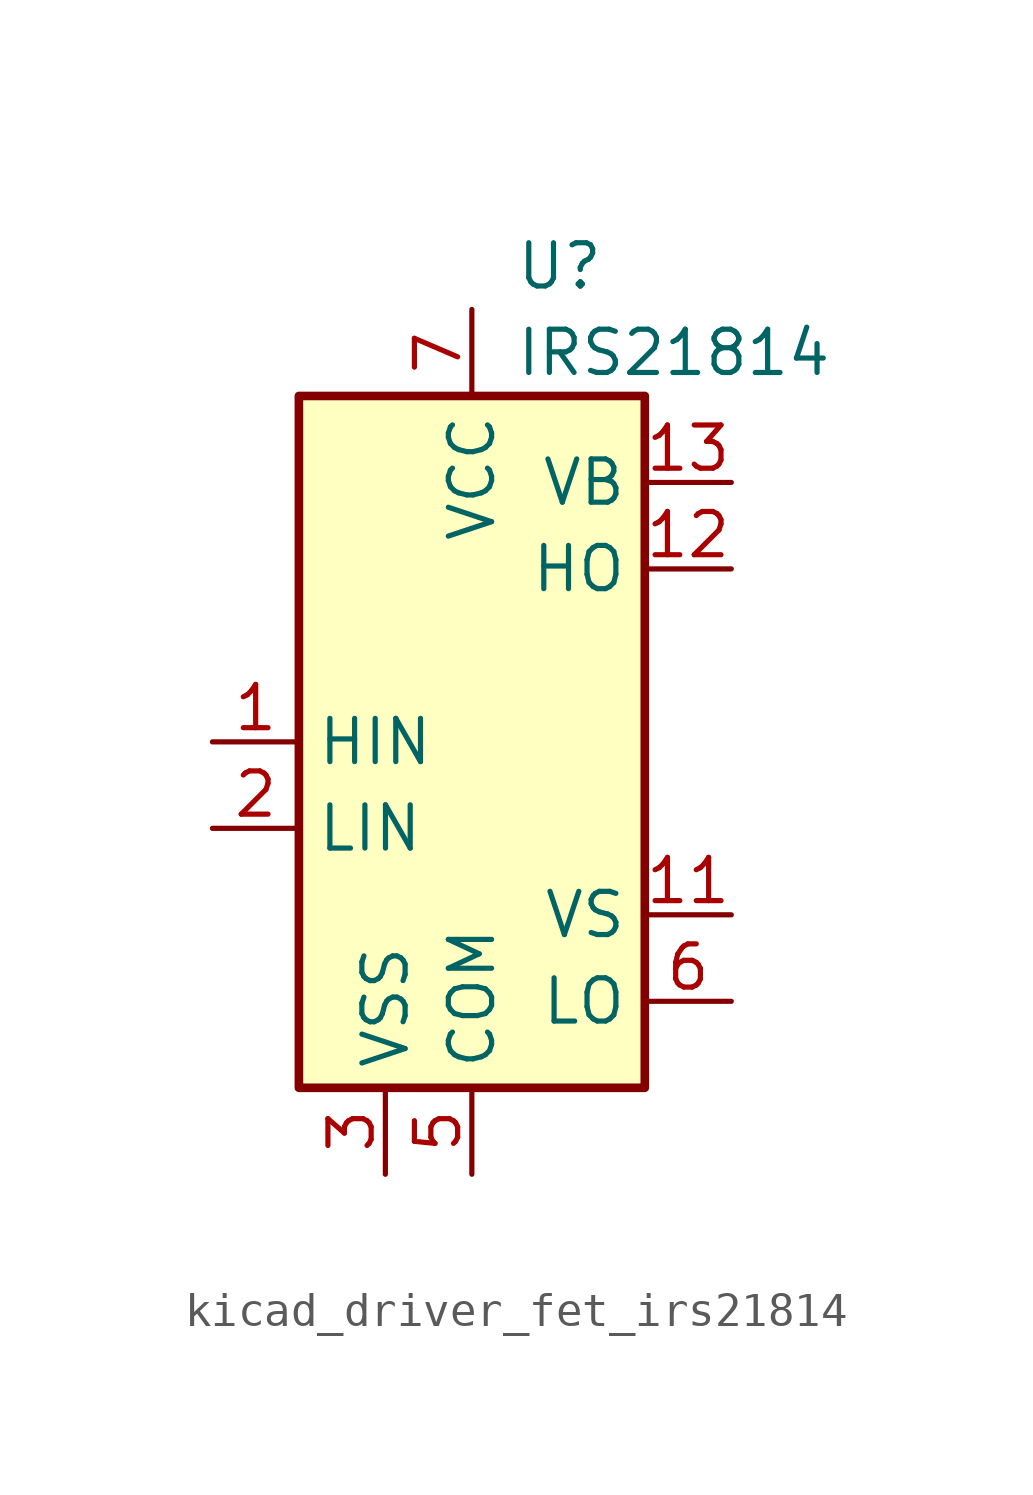
<source format=kicad_sym>
(kicad_symbol_lib
  (version 20220914)
  (generator kicad_symbol_editor)
  (symbol "kicad_driver_fet_irs21814"
    (property "Reference" "U"
      (at 1.27 13.97 0)
      (effects (font (size 1.27 1.27)) (justify left)))
    (property "Value" "IRS21814"
      (at 1.27 11.43 0)
      (effects (font (size 1.27 1.27)) (justify left)))
    (symbol "kicad_driver_fet_irs21814_0_1"
      (rectangle (start -5.08 -10.16) (end 5.08 10.16) (stroke (width 0.254) (type default)) (fill (type background))))
    (symbol "kicad_driver_fet_irs21814_1_1"
      (pin input line (at -7.62 0 0) (length 2.54) (name "HIN" (effects (font (size 1.27 1.27)))) (number "1" (effects (font (size 1.27 1.27)))))
      (pin no_connect line (at 5.08 2.54 180) (length 2.54) hide (name "NC" (effects (font (size 1.27 1.27)))) (number "10" (effects (font (size 1.27 1.27)))))
      (pin passive line (at 7.62 -5.08 180) (length 2.54) (name "VS" (effects (font (size 1.27 1.27)))) (number "11" (effects (font (size 1.27 1.27)))))
      (pin output line (at 7.62 5.08 180) (length 2.54) (name "HO" (effects (font (size 1.27 1.27)))) (number "12" (effects (font (size 1.27 1.27)))))
      (pin passive line (at 7.62 7.62 180) (length 2.54) (name "VB" (effects (font (size 1.27 1.27)))) (number "13" (effects (font (size 1.27 1.27)))))
      (pin no_connect line (at 5.08 0 180) (length 2.54) hide (name "NC" (effects (font (size 1.27 1.27)))) (number "14" (effects (font (size 1.27 1.27)))))
      (pin input line (at -7.62 -2.54 0) (length 2.54) (name "LIN" (effects (font (size 1.27 1.27)))) (number "2" (effects (font (size 1.27 1.27)))))
      (pin power_in line (at -2.54 -12.7 90) (length 2.54) (name "VSS" (effects (font (size 1.27 1.27)))) (number "3" (effects (font (size 1.27 1.27)))))
      (pin no_connect line (at -5.08 7.62 0) (length 2.54) hide (name "NC" (effects (font (size 1.27 1.27)))) (number "4" (effects (font (size 1.27 1.27)))))
      (pin power_in line (at 0 -12.7 90) (length 2.54) (name "COM" (effects (font (size 1.27 1.27)))) (number "5" (effects (font (size 1.27 1.27)))))
      (pin output line (at 7.62 -7.62 180) (length 2.54) (name "LO" (effects (font (size 1.27 1.27)))) (number "6" (effects (font (size 1.27 1.27)))))
      (pin power_in line (at 0 12.7 270) (length 2.54) (name "VCC" (effects (font (size 1.27 1.27)))) (number "7" (effects (font (size 1.27 1.27)))))
      (pin no_connect line (at -5.08 5.08 0) (length 2.54) hide (name "NC" (effects (font (size 1.27 1.27)))) (number "8" (effects (font (size 1.27 1.27)))))
      (pin no_connect line (at -5.08 2.54 0) (length 2.54) hide (name "NC" (effects (font (size 1.27 1.27)))) (number "9" (effects (font (size 1.27 1.27))))))))
</source>
